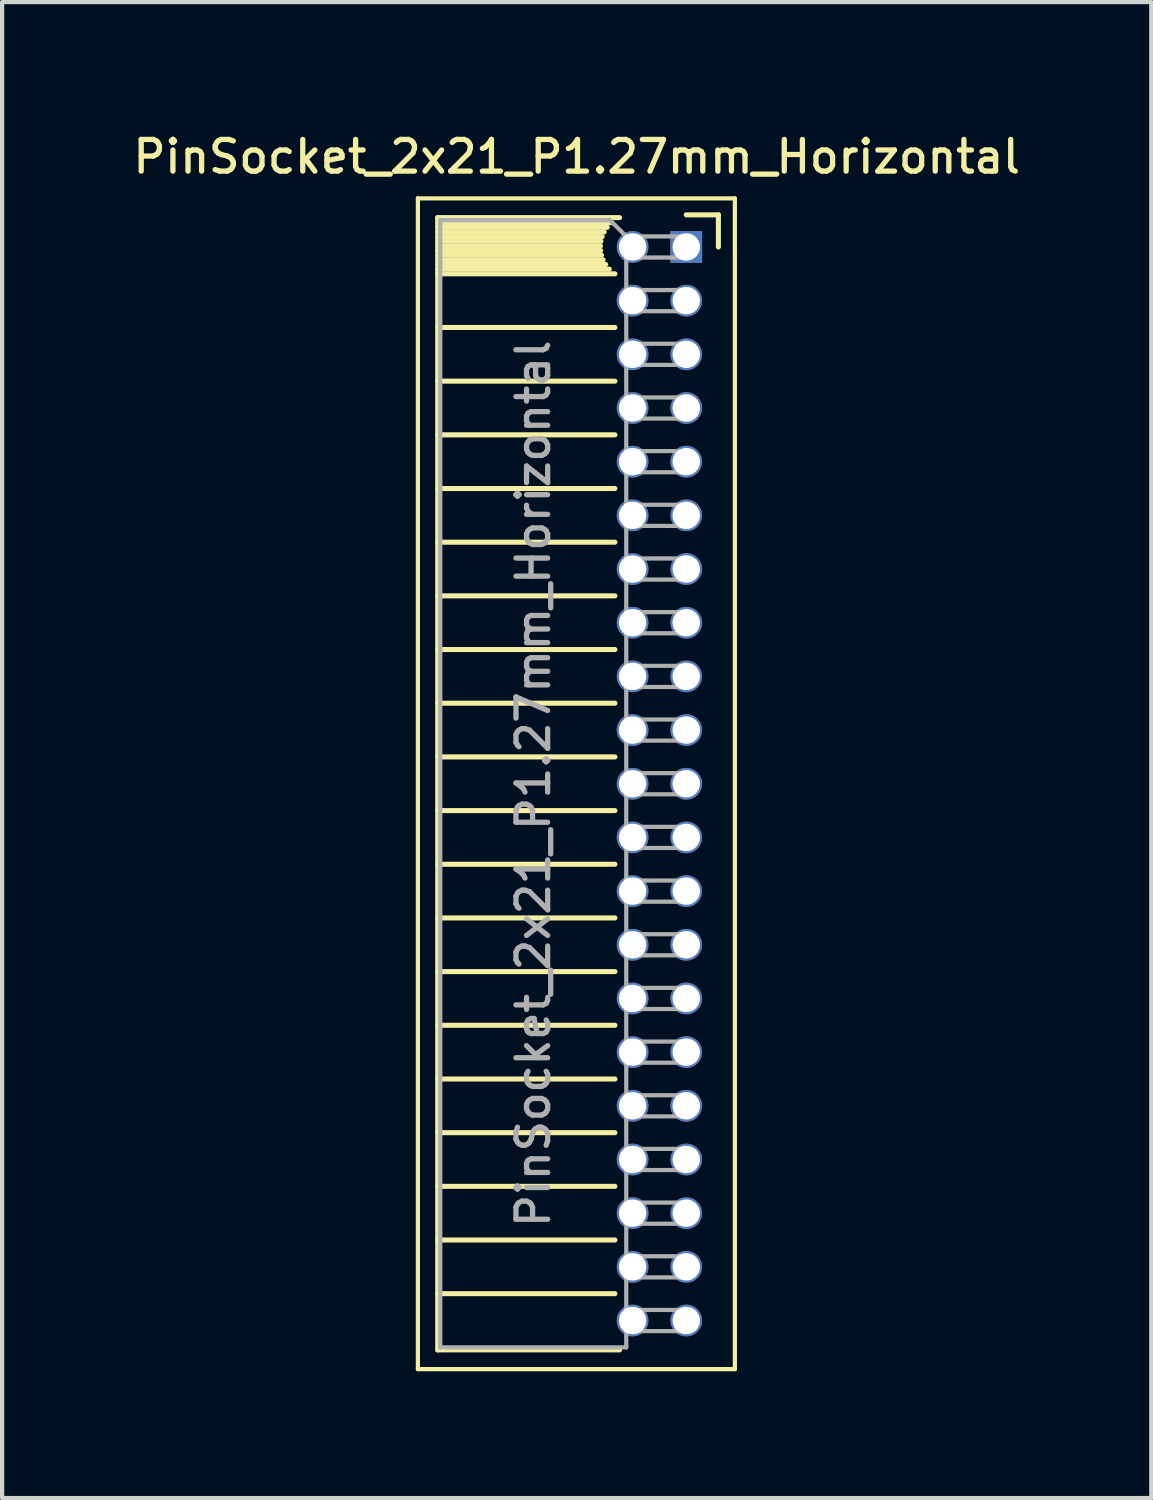
<source format=kicad_pcb>
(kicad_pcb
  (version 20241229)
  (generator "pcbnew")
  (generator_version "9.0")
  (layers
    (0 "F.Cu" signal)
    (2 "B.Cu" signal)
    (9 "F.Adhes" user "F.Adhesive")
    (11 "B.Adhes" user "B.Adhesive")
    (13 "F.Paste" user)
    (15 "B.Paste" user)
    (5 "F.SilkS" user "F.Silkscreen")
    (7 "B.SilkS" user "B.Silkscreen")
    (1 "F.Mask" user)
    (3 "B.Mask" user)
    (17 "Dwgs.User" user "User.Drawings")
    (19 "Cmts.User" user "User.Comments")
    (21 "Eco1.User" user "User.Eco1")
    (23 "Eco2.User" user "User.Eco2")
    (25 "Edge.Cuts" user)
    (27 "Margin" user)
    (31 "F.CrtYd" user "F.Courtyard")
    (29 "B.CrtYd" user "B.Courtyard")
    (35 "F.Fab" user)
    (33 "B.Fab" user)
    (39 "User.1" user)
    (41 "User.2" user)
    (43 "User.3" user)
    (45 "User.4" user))
  (footprint "PinSocket_2x21_P1.27mm_Horizontal"
    (layer "F.Cu")
    (at 13.187 2.793)
    (property "Reference" "PinSocket_2x21_P1.27mm_Horizontal" (at -2.592 -2.135 0) (layer "F.SilkS") (effects (font (size 0.75 0.75) (thickness 0.125))))
    (attr through_hole)
    (fp_line (start -6.35 -1.15) (end -6.35 26.55) (stroke (width 0.1) (type solid)) (layer "F.SilkS"))
    (fp_line (start -6.35 26.55) (end 1.15 26.55) (stroke (width 0.1) (type solid)) (layer "F.SilkS"))
    (fp_line (start -5.88 -0.695) (end -5.88 26.095) (stroke (width 0.12) (type solid)) (layer "F.SilkS"))
    (fp_line (start -5.88 -0.695) (end -1.578 -0.695) (stroke (width 0.12) (type solid)) (layer "F.SilkS"))
    (fp_line (start -5.88 -0.575) (end -1.767 -0.575) (stroke (width 0.12) (type solid)) (layer "F.SilkS"))
    (fp_line (start -5.88 -0.465) (end -1.871 -0.465) (stroke (width 0.12) (type solid)) (layer "F.SilkS"))
    (fp_line (start -5.88 -0.355) (end -1.942 -0.355) (stroke (width 0.12) (type solid)) (layer "F.SilkS"))
    (fp_line (start -5.88 -0.245) (end -1.989 -0.245) (stroke (width 0.12) (type solid)) (layer "F.SilkS"))
    (fp_line (start -5.88 -0.135) (end -2.018 -0.135) (stroke (width 0.12) (type solid)) (layer "F.SilkS"))
    (fp_line (start -5.88 -0.025) (end -2.03 -0.025) (stroke (width 0.12) (type solid)) (layer "F.SilkS"))
    (fp_line (start -5.88 0.085) (end -2.025 0.085) (stroke (width 0.12) (type solid)) (layer "F.SilkS"))
    (fp_line (start -5.88 0.195) (end -2.005 0.195) (stroke (width 0.12) (type solid)) (layer "F.SilkS"))
    (fp_line (start -5.88 0.305) (end -1.966 0.305) (stroke (width 0.12) (type solid)) (layer "F.SilkS"))
    (fp_line (start -5.88 0.415) (end -1.907 0.415) (stroke (width 0.12) (type solid)) (layer "F.SilkS"))
    (fp_line (start -5.88 0.525) (end -1.82 0.525) (stroke (width 0.12) (type solid)) (layer "F.SilkS"))
    (fp_line (start -5.88 0.635) (end -1.688 0.635) (stroke (width 0.12) (type solid)) (layer "F.SilkS"))
    (fp_line (start -5.88 1.905) (end -1.688 1.905) (stroke (width 0.12) (type solid)) (layer "F.SilkS"))
    (fp_line (start -5.88 3.175) (end -1.688 3.175) (stroke (width 0.12) (type solid)) (layer "F.SilkS"))
    (fp_line (start -5.88 4.445) (end -1.688 4.445) (stroke (width 0.12) (type solid)) (layer "F.SilkS"))
    (fp_line (start -5.88 5.715) (end -1.688 5.715) (stroke (width 0.12) (type solid)) (layer "F.SilkS"))
    (fp_line (start -5.88 6.985) (end -1.688 6.985) (stroke (width 0.12) (type solid)) (layer "F.SilkS"))
    (fp_line (start -5.88 8.255) (end -1.688 8.255) (stroke (width 0.12) (type solid)) (layer "F.SilkS"))
    (fp_line (start -5.88 9.525) (end -1.688 9.525) (stroke (width 0.12) (type solid)) (layer "F.SilkS"))
    (fp_line (start -5.88 10.795) (end -1.688 10.795) (stroke (width 0.12) (type solid)) (layer "F.SilkS"))
    (fp_line (start -5.88 12.065) (end -1.688 12.065) (stroke (width 0.12) (type solid)) (layer "F.SilkS"))
    (fp_line (start -5.88 13.335) (end -1.688 13.335) (stroke (width 0.12) (type solid)) (layer "F.SilkS"))
    (fp_line (start -5.88 14.605) (end -1.688 14.605) (stroke (width 0.12) (type solid)) (layer "F.SilkS"))
    (fp_line (start -5.88 15.875) (end -1.688 15.875) (stroke (width 0.12) (type solid)) (layer "F.SilkS"))
    (fp_line (start -5.88 17.145) (end -1.688 17.145) (stroke (width 0.12) (type solid)) (layer "F.SilkS"))
    (fp_line (start -5.88 18.415) (end -1.688 18.415) (stroke (width 0.12) (type solid)) (layer "F.SilkS"))
    (fp_line (start -5.88 19.685) (end -1.688 19.685) (stroke (width 0.12) (type solid)) (layer "F.SilkS"))
    (fp_line (start -5.88 20.955) (end -1.688 20.955) (stroke (width 0.12) (type solid)) (layer "F.SilkS"))
    (fp_line (start -5.88 22.225) (end -1.688 22.225) (stroke (width 0.12) (type solid)) (layer "F.SilkS"))
    (fp_line (start -5.88 23.495) (end -1.688 23.495) (stroke (width 0.12) (type solid)) (layer "F.SilkS"))
    (fp_line (start -5.88 24.765) (end -1.688 24.765) (stroke (width 0.12) (type solid)) (layer "F.SilkS"))
    (fp_line (start -5.88 26.095) (end -1.578 26.095) (stroke (width 0.12) (type solid)) (layer "F.SilkS"))
    (fp_line (start 0 -0.76) (end 0.76 -0.76) (stroke (width 0.12) (type solid)) (layer "F.SilkS"))
    (fp_line (start 0.76 -0.76) (end 0.76 0) (stroke (width 0.12) (type solid)) (layer "F.SilkS"))
    (fp_line (start 1.15 -1.15) (end -6.35 -1.15) (stroke (width 0.1) (type solid)) (layer "F.SilkS"))
    (fp_line (start 1.15 26.55) (end 1.15 -1.15) (stroke (width 0.1) (type solid)) (layer "F.SilkS"))
    (fp_line (start -5.82 -0.635) (end -1.805 -0.635) (stroke (width 0.1) (type solid)) (layer "F.Fab"))
    (fp_line (start -5.82 26.035) (end -5.82 -0.635) (stroke (width 0.1) (type solid)) (layer "F.Fab"))
    (fp_line (start -1.805 -0.635) (end -1.42 -0.25) (stroke (width 0.1) (type solid)) (layer "F.Fab"))
    (fp_line (start -1.42 -0.25) (end -1.42 26.035) (stroke (width 0.1) (type solid)) (layer "F.Fab"))
    (fp_line (start -1.42 0.25) (end 0 0.25) (stroke (width 0.1) (type solid)) (layer "F.Fab"))
    (fp_line (start -1.42 1.52) (end 0 1.52) (stroke (width 0.1) (type solid)) (layer "F.Fab"))
    (fp_line (start -1.42 2.79) (end 0 2.79) (stroke (width 0.1) (type solid)) (layer "F.Fab"))
    (fp_line (start -1.42 4.06) (end 0 4.06) (stroke (width 0.1) (type solid)) (layer "F.Fab"))
    (fp_line (start -1.42 5.33) (end 0 5.33) (stroke (width 0.1) (type solid)) (layer "F.Fab"))
    (fp_line (start -1.42 6.6) (end 0 6.6) (stroke (width 0.1) (type solid)) (layer "F.Fab"))
    (fp_line (start -1.42 7.87) (end 0 7.87) (stroke (width 0.1) (type solid)) (layer "F.Fab"))
    (fp_line (start -1.42 9.14) (end 0 9.14) (stroke (width 0.1) (type solid)) (layer "F.Fab"))
    (fp_line (start -1.42 10.41) (end 0 10.41) (stroke (width 0.1) (type solid)) (layer "F.Fab"))
    (fp_line (start -1.42 11.68) (end 0 11.68) (stroke (width 0.1) (type solid)) (layer "F.Fab"))
    (fp_line (start -1.42 12.95) (end 0 12.95) (stroke (width 0.1) (type solid)) (layer "F.Fab"))
    (fp_line (start -1.42 14.22) (end 0 14.22) (stroke (width 0.1) (type solid)) (layer "F.Fab"))
    (fp_line (start -1.42 15.49) (end 0 15.49) (stroke (width 0.1) (type solid)) (layer "F.Fab"))
    (fp_line (start -1.42 16.76) (end 0 16.76) (stroke (width 0.1) (type solid)) (layer "F.Fab"))
    (fp_line (start -1.42 18.03) (end 0 18.03) (stroke (width 0.1) (type solid)) (layer "F.Fab"))
    (fp_line (start -1.42 19.3) (end 0 19.3) (stroke (width 0.1) (type solid)) (layer "F.Fab"))
    (fp_line (start -1.42 20.57) (end 0 20.57) (stroke (width 0.1) (type solid)) (layer "F.Fab"))
    (fp_line (start -1.42 21.84) (end 0 21.84) (stroke (width 0.1) (type solid)) (layer "F.Fab"))
    (fp_line (start -1.42 23.11) (end 0 23.11) (stroke (width 0.1) (type solid)) (layer "F.Fab"))
    (fp_line (start -1.42 24.38) (end 0 24.38) (stroke (width 0.1) (type solid)) (layer "F.Fab"))
    (fp_line (start -1.42 25.65) (end 0 25.65) (stroke (width 0.1) (type solid)) (layer "F.Fab"))
    (fp_line (start -1.42 26.035) (end -5.82 26.035) (stroke (width 0.1) (type solid)) (layer "F.Fab"))
    (fp_line (start 0 -0.25) (end -1.42 -0.25) (stroke (width 0.1) (type solid)) (layer "F.Fab"))
    (fp_line (start 0 0.25) (end 0 -0.25) (stroke (width 0.1) (type solid)) (layer "F.Fab"))
    (fp_line (start 0 1.02) (end -1.42 1.02) (stroke (width 0.1) (type solid)) (layer "F.Fab"))
    (fp_line (start 0 1.52) (end 0 1.02) (stroke (width 0.1) (type solid)) (layer "F.Fab"))
    (fp_line (start 0 2.29) (end -1.42 2.29) (stroke (width 0.1) (type solid)) (layer "F.Fab"))
    (fp_line (start 0 2.79) (end 0 2.29) (stroke (width 0.1) (type solid)) (layer "F.Fab"))
    (fp_line (start 0 3.56) (end -1.42 3.56) (stroke (width 0.1) (type solid)) (layer "F.Fab"))
    (fp_line (start 0 4.06) (end 0 3.56) (stroke (width 0.1) (type solid)) (layer "F.Fab"))
    (fp_line (start 0 4.83) (end -1.42 4.83) (stroke (width 0.1) (type solid)) (layer "F.Fab"))
    (fp_line (start 0 5.33) (end 0 4.83) (stroke (width 0.1) (type solid)) (layer "F.Fab"))
    (fp_line (start 0 6.1) (end -1.42 6.1) (stroke (width 0.1) (type solid)) (layer "F.Fab"))
    (fp_line (start 0 6.6) (end 0 6.1) (stroke (width 0.1) (type solid)) (layer "F.Fab"))
    (fp_line (start 0 7.37) (end -1.42 7.37) (stroke (width 0.1) (type solid)) (layer "F.Fab"))
    (fp_line (start 0 7.87) (end 0 7.37) (stroke (width 0.1) (type solid)) (layer "F.Fab"))
    (fp_line (start 0 8.64) (end -1.42 8.64) (stroke (width 0.1) (type solid)) (layer "F.Fab"))
    (fp_line (start 0 9.14) (end 0 8.64) (stroke (width 0.1) (type solid)) (layer "F.Fab"))
    (fp_line (start 0 9.91) (end -1.42 9.91) (stroke (width 0.1) (type solid)) (layer "F.Fab"))
    (fp_line (start 0 10.41) (end 0 9.91) (stroke (width 0.1) (type solid)) (layer "F.Fab"))
    (fp_line (start 0 11.18) (end -1.42 11.18) (stroke (width 0.1) (type solid)) (layer "F.Fab"))
    (fp_line (start 0 11.68) (end 0 11.18) (stroke (width 0.1) (type solid)) (layer "F.Fab"))
    (fp_line (start 0 12.45) (end -1.42 12.45) (stroke (width 0.1) (type solid)) (layer "F.Fab"))
    (fp_line (start 0 12.95) (end 0 12.45) (stroke (width 0.1) (type solid)) (layer "F.Fab"))
    (fp_line (start 0 13.72) (end -1.42 13.72) (stroke (width 0.1) (type solid)) (layer "F.Fab"))
    (fp_line (start 0 14.22) (end 0 13.72) (stroke (width 0.1) (type solid)) (layer "F.Fab"))
    (fp_line (start 0 14.99) (end -1.42 14.99) (stroke (width 0.1) (type solid)) (layer "F.Fab"))
    (fp_line (start 0 15.49) (end 0 14.99) (stroke (width 0.1) (type solid)) (layer "F.Fab"))
    (fp_line (start 0 16.26) (end -1.42 16.26) (stroke (width 0.1) (type solid)) (layer "F.Fab"))
    (fp_line (start 0 16.76) (end 0 16.26) (stroke (width 0.1) (type solid)) (layer "F.Fab"))
    (fp_line (start 0 17.53) (end -1.42 17.53) (stroke (width 0.1) (type solid)) (layer "F.Fab"))
    (fp_line (start 0 18.03) (end 0 17.53) (stroke (width 0.1) (type solid)) (layer "F.Fab"))
    (fp_line (start 0 18.8) (end -1.42 18.8) (stroke (width 0.1) (type solid)) (layer "F.Fab"))
    (fp_line (start 0 19.3) (end 0 18.8) (stroke (width 0.1) (type solid)) (layer "F.Fab"))
    (fp_line (start 0 20.07) (end -1.42 20.07) (stroke (width 0.1) (type solid)) (layer "F.Fab"))
    (fp_line (start 0 20.57) (end 0 20.07) (stroke (width 0.1) (type solid)) (layer "F.Fab"))
    (fp_line (start 0 21.34) (end -1.42 21.34) (stroke (width 0.1) (type solid)) (layer "F.Fab"))
    (fp_line (start 0 21.84) (end 0 21.34) (stroke (width 0.1) (type solid)) (layer "F.Fab"))
    (fp_line (start 0 22.61) (end -1.42 22.61) (stroke (width 0.1) (type solid)) (layer "F.Fab"))
    (fp_line (start 0 23.11) (end 0 22.61) (stroke (width 0.1) (type solid)) (layer "F.Fab"))
    (fp_line (start 0 23.88) (end -1.42 23.88) (stroke (width 0.1) (type solid)) (layer "F.Fab"))
    (fp_line (start 0 24.38) (end 0 23.88) (stroke (width 0.1) (type solid)) (layer "F.Fab"))
    (fp_line (start 0 25.15) (end -1.42 25.15) (stroke (width 0.1) (type solid)) (layer "F.Fab"))
    (fp_line (start 0 25.65) (end 0 25.15) (stroke (width 0.1) (type solid)) (layer "F.Fab"))
    (fp_text user "${REFERENCE}" (at -3.62 12.7 90) (layer "F.Fab") (effects (font (size 0.75 0.75) (thickness 0.125))))
    (pad "1" thru_hole rect (at 0 0) (size 0.75 0.75) (drill 0.65) (layers "*.Cu" "*.Mask"))
    (pad "2" thru_hole oval (at -1.27 0) (size 0.75 0.75) (drill 0.65) (layers "*.Cu" "*.Mask"))
    (pad "3" thru_hole oval (at 0 1.27) (size 0.75 0.75) (drill 0.65) (layers "*.Cu" "*.Mask"))
    (pad "4" thru_hole oval (at -1.27 1.27) (size 0.75 0.75) (drill 0.65) (layers "*.Cu" "*.Mask"))
    (pad "5" thru_hole oval (at 0 2.54) (size 0.75 0.75) (drill 0.65) (layers "*.Cu" "*.Mask"))
    (pad "6" thru_hole oval (at -1.27 2.54) (size 0.75 0.75) (drill 0.65) (layers "*.Cu" "*.Mask"))
    (pad "7" thru_hole oval (at 0 3.81) (size 0.75 0.75) (drill 0.65) (layers "*.Cu" "*.Mask"))
    (pad "8" thru_hole oval (at -1.27 3.81) (size 0.75 0.75) (drill 0.65) (layers "*.Cu" "*.Mask"))
    (pad "9" thru_hole oval (at 0 5.08) (size 0.75 0.75) (drill 0.65) (layers "*.Cu" "*.Mask"))
    (pad "10" thru_hole oval (at -1.27 5.08) (size 0.75 0.75) (drill 0.65) (layers "*.Cu" "*.Mask"))
    (pad "11" thru_hole oval (at 0 6.35) (size 0.75 0.75) (drill 0.65) (layers "*.Cu" "*.Mask"))
    (pad "12" thru_hole oval (at -1.27 6.35) (size 0.75 0.75) (drill 0.65) (layers "*.Cu" "*.Mask"))
    (pad "13" thru_hole oval (at 0 7.62) (size 0.75 0.75) (drill 0.65) (layers "*.Cu" "*.Mask"))
    (pad "14" thru_hole oval (at -1.27 7.62) (size 0.75 0.75) (drill 0.65) (layers "*.Cu" "*.Mask"))
    (pad "15" thru_hole oval (at 0 8.89) (size 0.75 0.75) (drill 0.65) (layers "*.Cu" "*.Mask"))
    (pad "16" thru_hole oval (at -1.27 8.89) (size 0.75 0.75) (drill 0.65) (layers "*.Cu" "*.Mask"))
    (pad "17" thru_hole oval (at 0 10.16) (size 0.75 0.75) (drill 0.65) (layers "*.Cu" "*.Mask"))
    (pad "18" thru_hole oval (at -1.27 10.16) (size 0.75 0.75) (drill 0.65) (layers "*.Cu" "*.Mask"))
    (pad "19" thru_hole oval (at 0 11.43) (size 0.75 0.75) (drill 0.65) (layers "*.Cu" "*.Mask"))
    (pad "20" thru_hole oval (at -1.27 11.43) (size 0.75 0.75) (drill 0.65) (layers "*.Cu" "*.Mask"))
    (pad "21" thru_hole oval (at 0 12.7) (size 0.75 0.75) (drill 0.65) (layers "*.Cu" "*.Mask"))
    (pad "22" thru_hole oval (at -1.27 12.7) (size 0.75 0.75) (drill 0.65) (layers "*.Cu" "*.Mask"))
    (pad "23" thru_hole oval (at 0 13.97) (size 0.75 0.75) (drill 0.65) (layers "*.Cu" "*.Mask"))
    (pad "24" thru_hole oval (at -1.27 13.97) (size 0.75 0.75) (drill 0.65) (layers "*.Cu" "*.Mask"))
    (pad "25" thru_hole oval (at 0 15.24) (size 0.75 0.75) (drill 0.65) (layers "*.Cu" "*.Mask"))
    (pad "26" thru_hole oval (at -1.27 15.24) (size 0.75 0.75) (drill 0.65) (layers "*.Cu" "*.Mask"))
    (pad "27" thru_hole oval (at 0 16.51) (size 0.75 0.75) (drill 0.65) (layers "*.Cu" "*.Mask"))
    (pad "28" thru_hole oval (at -1.27 16.51) (size 0.75 0.75) (drill 0.65) (layers "*.Cu" "*.Mask"))
    (pad "29" thru_hole oval (at 0 17.78) (size 0.75 0.75) (drill 0.65) (layers "*.Cu" "*.Mask"))
    (pad "30" thru_hole oval (at -1.27 17.78) (size 0.75 0.75) (drill 0.65) (layers "*.Cu" "*.Mask"))
    (pad "31" thru_hole oval (at 0 19.05) (size 0.75 0.75) (drill 0.65) (layers "*.Cu" "*.Mask"))
    (pad "32" thru_hole oval (at -1.27 19.05) (size 0.75 0.75) (drill 0.65) (layers "*.Cu" "*.Mask"))
    (pad "33" thru_hole oval (at 0 20.32) (size 0.75 0.75) (drill 0.65) (layers "*.Cu" "*.Mask"))
    (pad "34" thru_hole oval (at -1.27 20.32) (size 0.75 0.75) (drill 0.65) (layers "*.Cu" "*.Mask"))
    (pad "35" thru_hole oval (at 0 21.59) (size 0.75 0.75) (drill 0.65) (layers "*.Cu" "*.Mask"))
    (pad "36" thru_hole oval (at -1.27 21.59) (size 0.75 0.75) (drill 0.65) (layers "*.Cu" "*.Mask"))
    (pad "37" thru_hole oval (at 0 22.86) (size 0.75 0.75) (drill 0.65) (layers "*.Cu" "*.Mask"))
    (pad "38" thru_hole oval (at -1.27 22.86) (size 0.75 0.75) (drill 0.65) (layers "*.Cu" "*.Mask"))
    (pad "39" thru_hole oval (at 0 24.13) (size 0.75 0.75) (drill 0.65) (layers "*.Cu" "*.Mask"))
    (pad "40" thru_hole oval (at -1.27 24.13) (size 0.75 0.75) (drill 0.65) (layers "*.Cu" "*.Mask"))
    (pad "41" thru_hole oval (at 0 25.4) (size 0.75 0.75) (drill 0.65) (layers "*.Cu" "*.Mask"))
    (pad "42" thru_hole oval (at -1.27 25.4) (size 0.75 0.75) (drill 0.65) (layers "*.Cu" "*.Mask")))
  (gr_rect
    (start -3 -3)
    (end 24.189 32.393)
    (stroke (width 0.1) (type default))
    (fill no)
    (layer "Edge.Cuts")))
</source>
